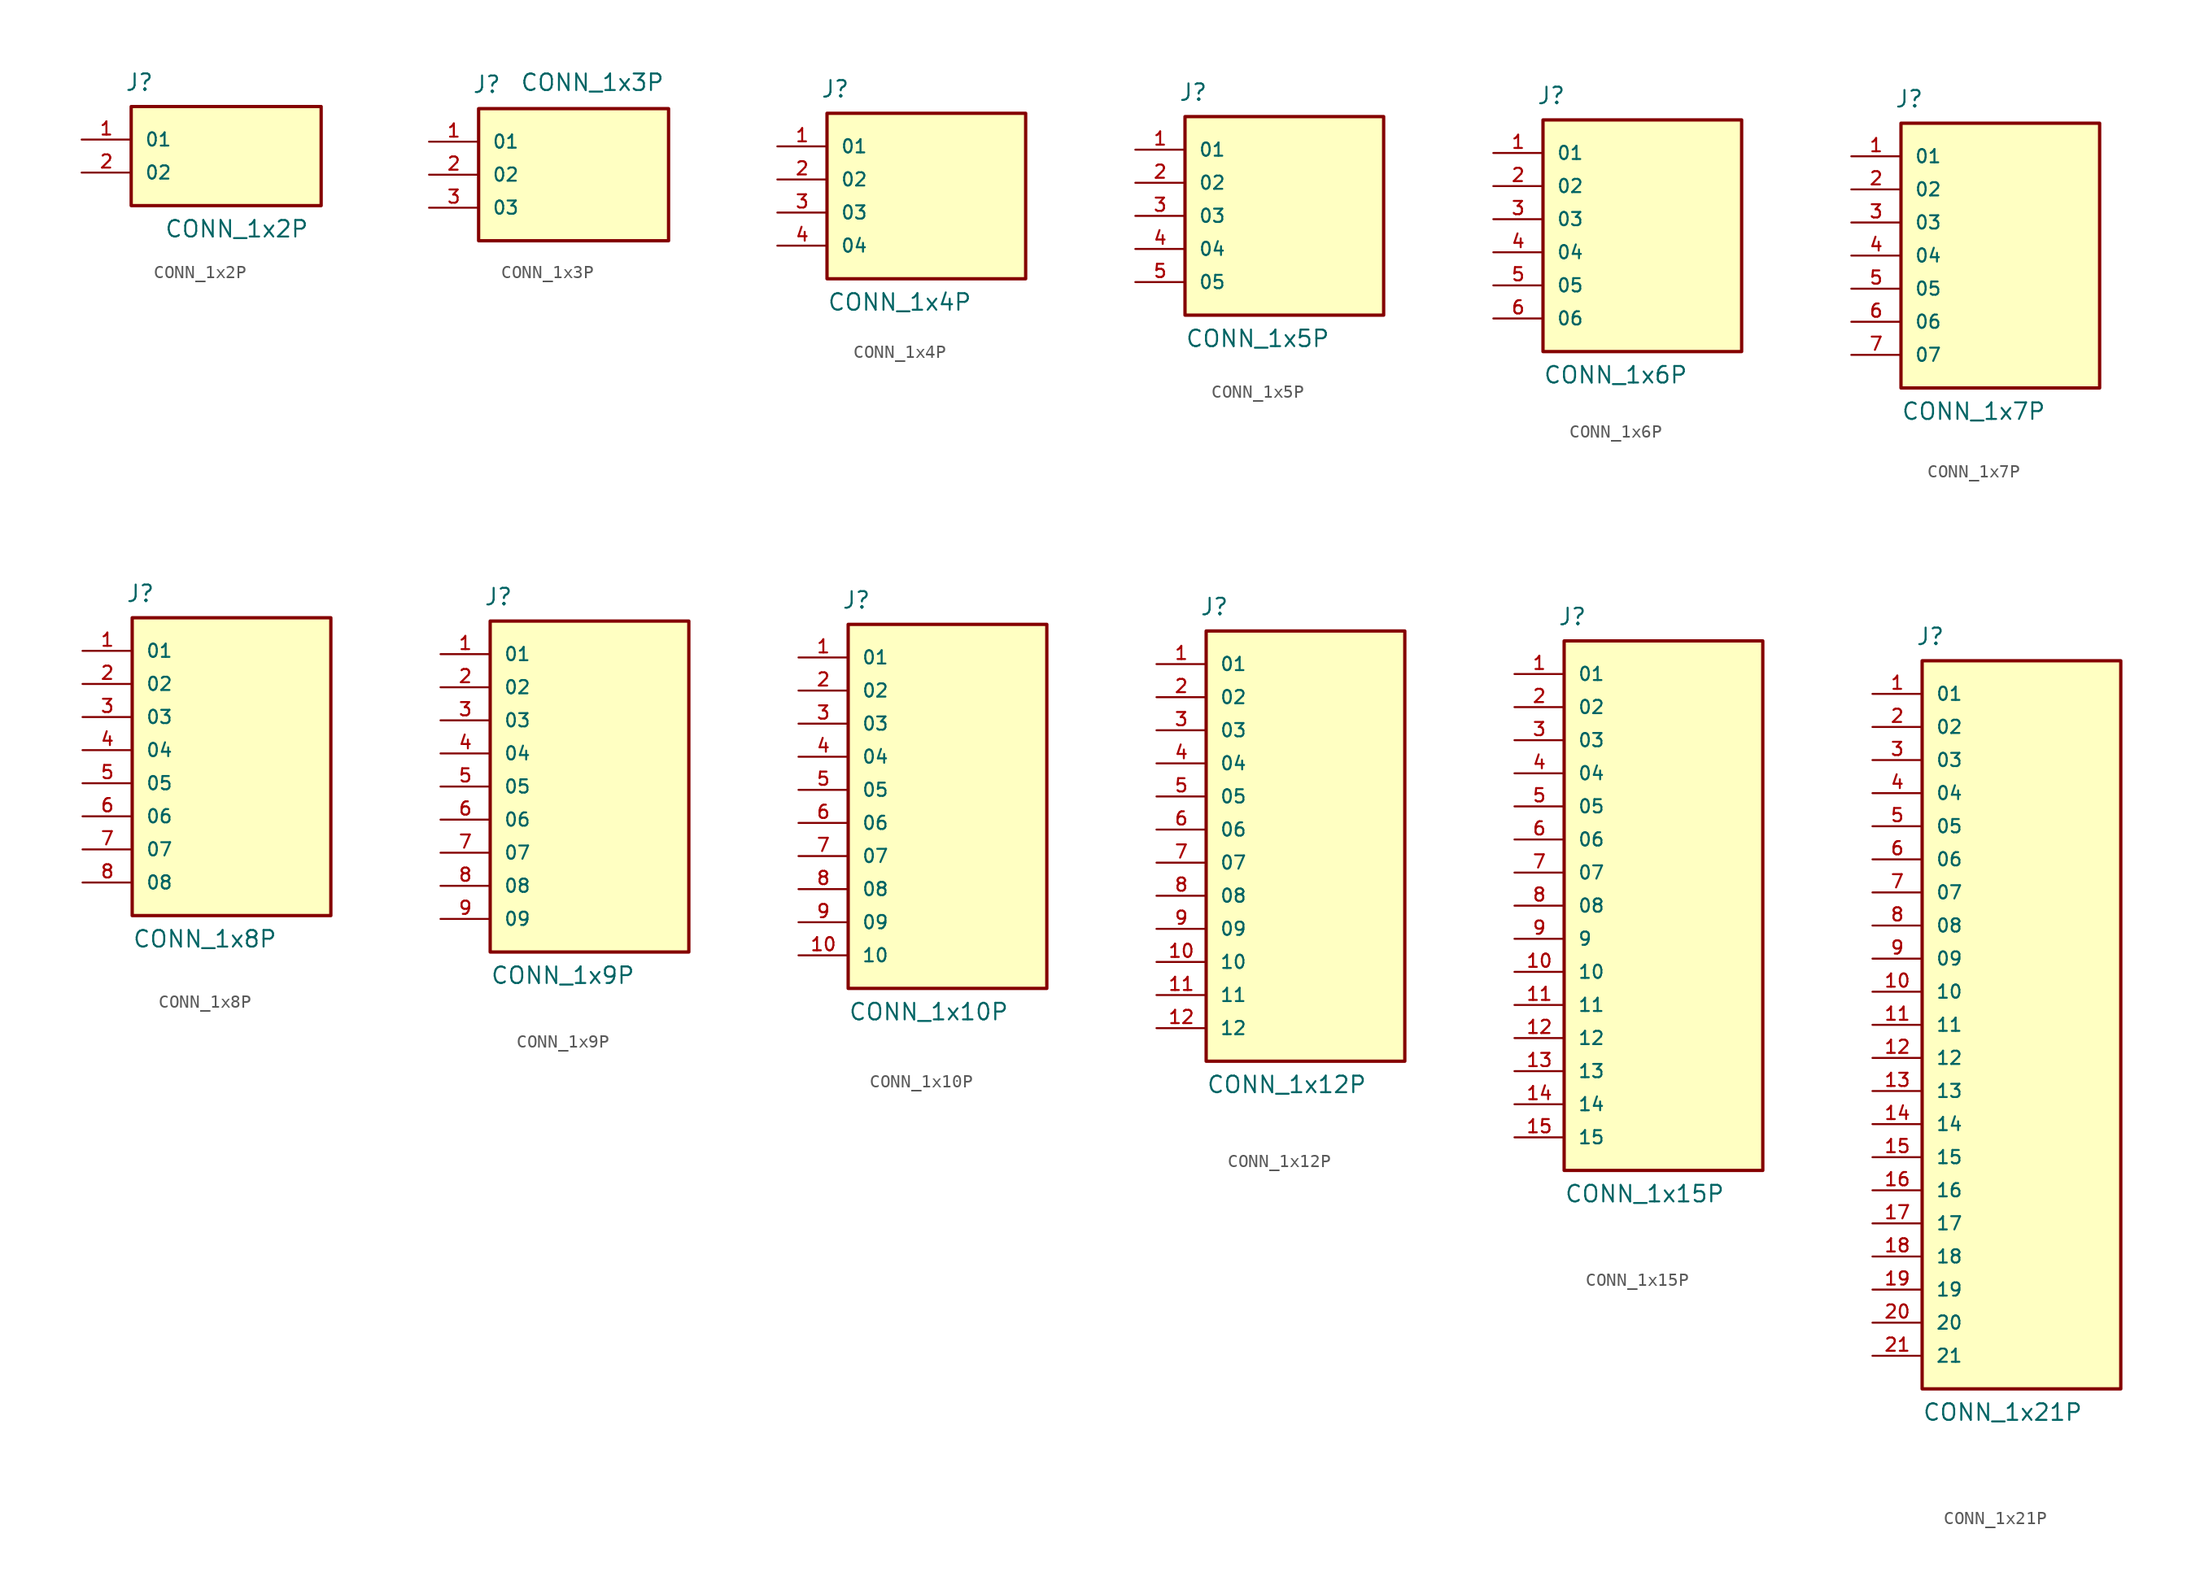
<source format=kicad_sym>
(kicad_symbol_lib
  (version 20211014)
  (generator kicad_symbol_editor)
  (symbol "CONN_1x2P"
    (pin_names
      (offset 1.016))
    (property "Reference" "J"
      (at -8.12 6.196 0)
      (effects (font (size 1.27 1.27)) (justify left bottom)))
    (property "Value" "CONN_1x2P"
      (at -5.08 -5.08 0)
      (effects (font (size 1.27 1.27)) (justify left bottom)))
    (symbol "CONN_1x2P_0_0"
      (rectangle (start -7.62 5.08) (end 6.985 -2.54) (stroke (width 0.254) (type default) (color 0 0 0 0)) (fill (type background)))
      (pin passive line (at -11.43 2.54 0) (length 3.81) (name "01" (effects (font (size 1.016 1.016)))) (number "1" (effects (font (size 1.016 1.016)))))
      (pin passive line (at -11.43 0 0) (length 3.81) (name "02" (effects (font (size 1.016 1.016)))) (number "2" (effects (font (size 1.016 1.016)))))))
  (symbol "CONN_1x3P"
    (pin_names
      (offset 1.016))
    (property "Reference" "J"
      (at -8.12 6.196 0)
      (effects (font (size 1.27 1.27)) (justify left bottom)))
    (property "Value" "CONN_1x3P"
      (at -4.445 6.35 0)
      (effects (font (size 1.27 1.27)) (justify left bottom)))
    (symbol "CONN_1x3P_0_0"
      (rectangle (start -7.62 5.08) (end 6.985 -5.08) (stroke (width 0.254) (type default) (color 0 0 0 0)) (fill (type background)))
      (pin passive line (at -11.43 2.54 0) (length 3.81) (name "01" (effects (font (size 1.016 1.016)))) (number "1" (effects (font (size 1.016 1.016)))))
      (pin passive line (at -11.43 0 0) (length 3.81) (name "02" (effects (font (size 1.016 1.016)))) (number "2" (effects (font (size 1.016 1.016)))))
      (pin passive line (at -11.43 -2.54 0) (length 3.81) (name "03" (effects (font (size 1.016 1.016)))) (number "3" (effects (font (size 1.016 1.016)))))))
  (symbol "CONN_1x4P"
    (pin_names
      (offset 1.016))
    (property "Reference" "J"
      (at -8.12 6.196 0)
      (effects (font (size 1.27 1.27)) (justify left bottom)))
    (property "Value" "CONN_1x4P"
      (at -7.62 -10.16 0)
      (effects (font (size 1.27 1.27)) (justify left bottom)))
    (symbol "CONN_1x4P_0_0"
      (rectangle (start -7.62 -7.62) (end 7.62 5.08) (stroke (width 0.254) (type default) (color 0 0 0 0)) (fill (type background)))
      (pin passive line (at -11.43 2.54 0) (length 3.81) (name "01" (effects (font (size 1.016 1.016)))) (number "1" (effects (font (size 1.016 1.016)))))
      (pin passive line (at -11.43 0 0) (length 3.81) (name "02" (effects (font (size 1.016 1.016)))) (number "2" (effects (font (size 1.016 1.016)))))
      (pin passive line (at -11.43 -2.54 0) (length 3.81) (name "03" (effects (font (size 1.016 1.016)))) (number "3" (effects (font (size 1.016 1.016)))))
      (pin passive line (at -11.43 -5.08 0) (length 3.81) (name "04" (effects (font (size 1.016 1.016)))) (number "4" (effects (font (size 1.016 1.016)))))))
  (symbol "CONN_1x5P"
    (pin_names
      (offset 1.016))
    (property "Reference" "J"
      (at -8.12 8.736 0)
      (effects (font (size 1.27 1.27)) (justify left bottom)))
    (property "Value" "CONN_1x5P"
      (at -7.62 -10.16 0)
      (effects (font (size 1.27 1.27)) (justify left bottom)))
    (symbol "CONN_1x5P_0_0"
      (rectangle (start -7.62 -7.62) (end 7.62 7.62) (stroke (width 0.254) (type default) (color 0 0 0 0)) (fill (type background)))
      (pin passive line (at -11.43 5.08 0) (length 3.81) (name "01" (effects (font (size 1.016 1.016)))) (number "1" (effects (font (size 1.016 1.016)))))
      (pin passive line (at -11.43 2.54 0) (length 3.81) (name "02" (effects (font (size 1.016 1.016)))) (number "2" (effects (font (size 1.016 1.016)))))
      (pin passive line (at -11.43 0 0) (length 3.81) (name "03" (effects (font (size 1.016 1.016)))) (number "3" (effects (font (size 1.016 1.016)))))
      (pin passive line (at -11.43 -2.54 0) (length 3.81) (name "04" (effects (font (size 1.016 1.016)))) (number "4" (effects (font (size 1.016 1.016)))))
      (pin passive line (at -11.43 -5.08 0) (length 3.81) (name "05" (effects (font (size 1.016 1.016)))) (number "5" (effects (font (size 1.016 1.016)))))))
  (symbol "CONN_1x6P"
    (pin_names
      (offset 1.016))
    (property "Reference" "J"
      (at -8.12 8.736 0)
      (effects (font (size 1.27 1.27)) (justify left bottom)))
    (property "Value" "CONN_1x6P"
      (at -7.62 -12.7 0)
      (effects (font (size 1.27 1.27)) (justify left bottom)))
    (symbol "CONN_1x6P_0_0"
      (rectangle (start -7.62 -10.16) (end 7.62 7.62) (stroke (width 0.254) (type default) (color 0 0 0 0)) (fill (type background)))
      (pin passive line (at -11.43 5.08 0) (length 3.81) (name "01" (effects (font (size 1.016 1.016)))) (number "1" (effects (font (size 1.016 1.016)))))
      (pin passive line (at -11.43 2.54 0) (length 3.81) (name "02" (effects (font (size 1.016 1.016)))) (number "2" (effects (font (size 1.016 1.016)))))
      (pin passive line (at -11.43 0 0) (length 3.81) (name "03" (effects (font (size 1.016 1.016)))) (number "3" (effects (font (size 1.016 1.016)))))
      (pin passive line (at -11.43 -2.54 0) (length 3.81) (name "04" (effects (font (size 1.016 1.016)))) (number "4" (effects (font (size 1.016 1.016)))))
      (pin passive line (at -11.43 -5.08 0) (length 3.81) (name "05" (effects (font (size 1.016 1.016)))) (number "5" (effects (font (size 1.016 1.016)))))
      (pin passive line (at -11.43 -7.62 0) (length 3.81) (name "06" (effects (font (size 1.016 1.016)))) (number "6" (effects (font (size 1.016 1.016)))))))
  (symbol "CONN_1x7P"
    (pin_names
      (offset 1.016))
    (property "Reference" "J"
      (at -8.12 11.276 0)
      (effects (font (size 1.27 1.27)) (justify left bottom)))
    (property "Value" "CONN_1x7P"
      (at -7.62 -12.7 0)
      (effects (font (size 1.27 1.27)) (justify left bottom)))
    (symbol "CONN_1x7P_0_0"
      (rectangle (start -7.62 -10.16) (end 7.62 10.16) (stroke (width 0.254) (type default) (color 0 0 0 0)) (fill (type background)))
      (pin passive line (at -11.43 7.62 0) (length 3.81) (name "01" (effects (font (size 1.016 1.016)))) (number "1" (effects (font (size 1.016 1.016)))))
      (pin passive line (at -11.43 5.08 0) (length 3.81) (name "02" (effects (font (size 1.016 1.016)))) (number "2" (effects (font (size 1.016 1.016)))))
      (pin passive line (at -11.43 2.54 0) (length 3.81) (name "03" (effects (font (size 1.016 1.016)))) (number "3" (effects (font (size 1.016 1.016)))))
      (pin passive line (at -11.43 0 0) (length 3.81) (name "04" (effects (font (size 1.016 1.016)))) (number "4" (effects (font (size 1.016 1.016)))))
      (pin passive line (at -11.43 -2.54 0) (length 3.81) (name "05" (effects (font (size 1.016 1.016)))) (number "5" (effects (font (size 1.016 1.016)))))
      (pin passive line (at -11.43 -5.08 0) (length 3.81) (name "06" (effects (font (size 1.016 1.016)))) (number "6" (effects (font (size 1.016 1.016)))))
      (pin passive line (at -11.43 -7.62 0) (length 3.81) (name "07" (effects (font (size 1.016 1.016)))) (number "7" (effects (font (size 1.016 1.016)))))))
  (symbol "CONN_1x8P"
    (pin_names
      (offset 1.016))
    (property "Reference" "J"
      (at -8.12 11.276 0)
      (effects (font (size 1.27 1.27)) (justify left bottom)))
    (property "Value" "CONN_1x8P"
      (at -7.62 -15.24 0)
      (effects (font (size 1.27 1.27)) (justify left bottom)))
    (symbol "CONN_1x8P_0_0"
      (rectangle (start -7.62 -12.7) (end 7.62 10.16) (stroke (width 0.254) (type default) (color 0 0 0 0)) (fill (type background)))
      (pin passive line (at -11.43 7.62 0) (length 3.81) (name "01" (effects (font (size 1.016 1.016)))) (number "1" (effects (font (size 1.016 1.016)))))
      (pin passive line (at -11.43 5.08 0) (length 3.81) (name "02" (effects (font (size 1.016 1.016)))) (number "2" (effects (font (size 1.016 1.016)))))
      (pin passive line (at -11.43 2.54 0) (length 3.81) (name "03" (effects (font (size 1.016 1.016)))) (number "3" (effects (font (size 1.016 1.016)))))
      (pin passive line (at -11.43 0 0) (length 3.81) (name "04" (effects (font (size 1.016 1.016)))) (number "4" (effects (font (size 1.016 1.016)))))
      (pin passive line (at -11.43 -2.54 0) (length 3.81) (name "05" (effects (font (size 1.016 1.016)))) (number "5" (effects (font (size 1.016 1.016)))))
      (pin passive line (at -11.43 -5.08 0) (length 3.81) (name "06" (effects (font (size 1.016 1.016)))) (number "6" (effects (font (size 1.016 1.016)))))
      (pin passive line (at -11.43 -7.62 0) (length 3.81) (name "07" (effects (font (size 1.016 1.016)))) (number "7" (effects (font (size 1.016 1.016)))))
      (pin passive line (at -11.43 -10.16 0) (length 3.81) (name "08" (effects (font (size 1.016 1.016)))) (number "8" (effects (font (size 1.016 1.016)))))))
  (symbol "CONN_1x9P"
    (pin_names
      (offset 1.016))
    (property "Reference" "J"
      (at -8.12 13.816 0)
      (effects (font (size 1.27 1.27)) (justify left bottom)))
    (property "Value" "CONN_1x9P"
      (at -7.62 -15.24 0)
      (effects (font (size 1.27 1.27)) (justify left bottom)))
    (symbol "CONN_1x9P_0_0"
      (rectangle (start -7.62 -12.7) (end 7.62 12.7) (stroke (width 0.254) (type default) (color 0 0 0 0)) (fill (type background)))
      (pin passive line (at -11.43 10.16 0) (length 3.81) (name "01" (effects (font (size 1.016 1.016)))) (number "1" (effects (font (size 1.016 1.016)))))
      (pin passive line (at -11.43 7.62 0) (length 3.81) (name "02" (effects (font (size 1.016 1.016)))) (number "2" (effects (font (size 1.016 1.016)))))
      (pin passive line (at -11.43 5.08 0) (length 3.81) (name "03" (effects (font (size 1.016 1.016)))) (number "3" (effects (font (size 1.016 1.016)))))
      (pin passive line (at -11.43 2.54 0) (length 3.81) (name "04" (effects (font (size 1.016 1.016)))) (number "4" (effects (font (size 1.016 1.016)))))
      (pin passive line (at -11.43 0 0) (length 3.81) (name "05" (effects (font (size 1.016 1.016)))) (number "5" (effects (font (size 1.016 1.016)))))
      (pin passive line (at -11.43 -2.54 0) (length 3.81) (name "06" (effects (font (size 1.016 1.016)))) (number "6" (effects (font (size 1.016 1.016)))))
      (pin passive line (at -11.43 -5.08 0) (length 3.81) (name "07" (effects (font (size 1.016 1.016)))) (number "7" (effects (font (size 1.016 1.016)))))
      (pin passive line (at -11.43 -7.62 0) (length 3.81) (name "08" (effects (font (size 1.016 1.016)))) (number "8" (effects (font (size 1.016 1.016)))))
      (pin passive line (at -11.43 -10.16 0) (length 3.81) (name "09" (effects (font (size 1.016 1.016)))) (number "9" (effects (font (size 1.016 1.016)))))))
  (symbol "CONN_1x10P"
    (pin_names
      (offset 1.016))
    (property "Reference" "J"
      (at -8.12 13.816 0)
      (effects (font (size 1.27 1.27)) (justify left bottom)))
    (property "Value" "CONN_1x10P"
      (at -7.62 -17.78 0)
      (effects (font (size 1.27 1.27)) (justify left bottom)))
    (symbol "CONN_1x10P_0_0"
      (rectangle (start -7.62 -15.24) (end 7.62 12.7) (stroke (width 0.254) (type default) (color 0 0 0 0)) (fill (type background)))
      (pin passive line (at -11.43 10.16 0) (length 3.81) (name "01" (effects (font (size 1.016 1.016)))) (number "1" (effects (font (size 1.016 1.016)))))
      (pin passive line (at -11.43 -12.7 0) (length 3.81) (name "10" (effects (font (size 1.016 1.016)))) (number "10" (effects (font (size 1.016 1.016)))))
      (pin passive line (at -11.43 7.62 0) (length 3.81) (name "02" (effects (font (size 1.016 1.016)))) (number "2" (effects (font (size 1.016 1.016)))))
      (pin passive line (at -11.43 5.08 0) (length 3.81) (name "03" (effects (font (size 1.016 1.016)))) (number "3" (effects (font (size 1.016 1.016)))))
      (pin passive line (at -11.43 2.54 0) (length 3.81) (name "04" (effects (font (size 1.016 1.016)))) (number "4" (effects (font (size 1.016 1.016)))))
      (pin passive line (at -11.43 0 0) (length 3.81) (name "05" (effects (font (size 1.016 1.016)))) (number "5" (effects (font (size 1.016 1.016)))))
      (pin passive line (at -11.43 -2.54 0) (length 3.81) (name "06" (effects (font (size 1.016 1.016)))) (number "6" (effects (font (size 1.016 1.016)))))
      (pin passive line (at -11.43 -5.08 0) (length 3.81) (name "07" (effects (font (size 1.016 1.016)))) (number "7" (effects (font (size 1.016 1.016)))))
      (pin passive line (at -11.43 -7.62 0) (length 3.81) (name "08" (effects (font (size 1.016 1.016)))) (number "8" (effects (font (size 1.016 1.016)))))
      (pin passive line (at -11.43 -10.16 0) (length 3.81) (name "09" (effects (font (size 1.016 1.016)))) (number "9" (effects (font (size 1.016 1.016)))))))
  (symbol "CONN_1x12P"
    (pin_names
      (offset 1.016))
    (property "Reference" "J"
      (at -8.12 16.356 0)
      (effects (font (size 1.27 1.27)) (justify left bottom)))
    (property "Value" "CONN_1x12P"
      (at -7.62 -20.32 0)
      (effects (font (size 1.27 1.27)) (justify left bottom)))
    (symbol "CONN_1x12P_0_0"
      (rectangle (start -7.62 -17.78) (end 7.62 15.24) (stroke (width 0.254) (type default) (color 0 0 0 0)) (fill (type background)))
      (pin passive line (at -11.43 12.7 0) (length 3.81) (name "01" (effects (font (size 1.016 1.016)))) (number "1" (effects (font (size 1.016 1.016)))))
      (pin passive line (at -11.43 -10.16 0) (length 3.81) (name "10" (effects (font (size 1.016 1.016)))) (number "10" (effects (font (size 1.016 1.016)))))
      (pin passive line (at -11.43 -12.7 0) (length 3.81) (name "11" (effects (font (size 1.016 1.016)))) (number "11" (effects (font (size 1.016 1.016)))))
      (pin passive line (at -11.43 -15.24 0) (length 3.81) (name "12" (effects (font (size 1.016 1.016)))) (number "12" (effects (font (size 1.016 1.016)))))
      (pin passive line (at -11.43 10.16 0) (length 3.81) (name "02" (effects (font (size 1.016 1.016)))) (number "2" (effects (font (size 1.016 1.016)))))
      (pin passive line (at -11.43 7.62 0) (length 3.81) (name "03" (effects (font (size 1.016 1.016)))) (number "3" (effects (font (size 1.016 1.016)))))
      (pin passive line (at -11.43 5.08 0) (length 3.81) (name "04" (effects (font (size 1.016 1.016)))) (number "4" (effects (font (size 1.016 1.016)))))
      (pin passive line (at -11.43 2.54 0) (length 3.81) (name "05" (effects (font (size 1.016 1.016)))) (number "5" (effects (font (size 1.016 1.016)))))
      (pin passive line (at -11.43 0 0) (length 3.81) (name "06" (effects (font (size 1.016 1.016)))) (number "6" (effects (font (size 1.016 1.016)))))
      (pin passive line (at -11.43 -2.54 0) (length 3.81) (name "07" (effects (font (size 1.016 1.016)))) (number "7" (effects (font (size 1.016 1.016)))))
      (pin passive line (at -11.43 -5.08 0) (length 3.81) (name "08" (effects (font (size 1.016 1.016)))) (number "8" (effects (font (size 1.016 1.016)))))
      (pin passive line (at -11.43 -7.62 0) (length 3.81) (name "09" (effects (font (size 1.016 1.016)))) (number "9" (effects (font (size 1.016 1.016)))))))
  (symbol "CONN_1x15P"
    (pin_names
      (offset 1.016))
    (property "Reference" "J"
      (at -8.12 21.436 0)
      (effects (font (size 1.27 1.27)) (justify left bottom)))
    (property "Value" "CONN_1x15P"
      (at -7.62 -22.86 0)
      (effects (font (size 1.27 1.27)) (justify left bottom)))
    (symbol "CONN_1x15P_0_0"
      (rectangle (start -7.62 -20.32) (end 7.62 20.32) (stroke (width 0.254) (type default) (color 0 0 0 0)) (fill (type background)))
      (pin passive line (at -11.43 17.78 0) (length 3.81) (name "01" (effects (font (size 1.016 1.016)))) (number "1" (effects (font (size 1.016 1.016)))))
      (pin passive line (at -11.43 -5.08 0) (length 3.81) (name "10" (effects (font (size 1.016 1.016)))) (number "10" (effects (font (size 1.016 1.016)))))
      (pin passive line (at -11.43 -7.62 0) (length 3.81) (name "11" (effects (font (size 1.016 1.016)))) (number "11" (effects (font (size 1.016 1.016)))))
      (pin passive line (at -11.43 -10.16 0) (length 3.81) (name "12" (effects (font (size 1.016 1.016)))) (number "12" (effects (font (size 1.016 1.016)))))
      (pin passive line (at -11.43 -12.7 0) (length 3.81) (name "13" (effects (font (size 1.016 1.016)))) (number "13" (effects (font (size 1.016 1.016)))))
      (pin passive line (at -11.43 -15.24 0) (length 3.81) (name "14" (effects (font (size 1.016 1.016)))) (number "14" (effects (font (size 1.016 1.016)))))
      (pin passive line (at -11.43 -17.78 0) (length 3.81) (name "15" (effects (font (size 1.016 1.016)))) (number "15" (effects (font (size 1.016 1.016)))))
      (pin passive line (at -11.43 15.24 0) (length 3.81) (name "02" (effects (font (size 1.016 1.016)))) (number "2" (effects (font (size 1.016 1.016)))))
      (pin passive line (at -11.43 12.7 0) (length 3.81) (name "03" (effects (font (size 1.016 1.016)))) (number "3" (effects (font (size 1.016 1.016)))))
      (pin passive line (at -11.43 10.16 0) (length 3.81) (name "04" (effects (font (size 1.016 1.016)))) (number "4" (effects (font (size 1.016 1.016)))))
      (pin passive line (at -11.43 7.62 0) (length 3.81) (name "05" (effects (font (size 1.016 1.016)))) (number "5" (effects (font (size 1.016 1.016)))))
      (pin passive line (at -11.43 5.08 0) (length 3.81) (name "06" (effects (font (size 1.016 1.016)))) (number "6" (effects (font (size 1.016 1.016)))))
      (pin passive line (at -11.43 2.54 0) (length 3.81) (name "07" (effects (font (size 1.016 1.016)))) (number "7" (effects (font (size 1.016 1.016)))))
      (pin passive line (at -11.43 0 0) (length 3.81) (name "08" (effects (font (size 1.016 1.016)))) (number "8" (effects (font (size 1.016 1.016)))))
      (pin passive line (at -11.43 -2.54 0) (length 3.81) (name "9" (effects (font (size 1.016 1.016)))) (number "9" (effects (font (size 1.016 1.016)))))))
  (symbol "CONN_1x21P"
    (pin_names
      (offset 1.016))
    (property "Reference" "J"
      (at -8.12 29.056 0)
      (effects (font (size 1.27 1.27)) (justify left bottom)))
    (property "Value" "CONN_1x21P"
      (at -7.62 -30.48 0)
      (effects (font (size 1.27 1.27)) (justify left bottom)))
    (symbol "CONN_1x21P_0_0"
      (rectangle (start -7.62 -27.94) (end 7.62 27.94) (stroke (width 0.254) (type default) (color 0 0 0 0)) (fill (type background)))
      (pin passive line (at -11.43 25.4 0) (length 3.81) (name "01" (effects (font (size 1.016 1.016)))) (number "1" (effects (font (size 1.016 1.016)))))
      (pin passive line (at -11.43 2.54 0) (length 3.81) (name "10" (effects (font (size 1.016 1.016)))) (number "10" (effects (font (size 1.016 1.016)))))
      (pin passive line (at -11.43 0 0) (length 3.81) (name "11" (effects (font (size 1.016 1.016)))) (number "11" (effects (font (size 1.016 1.016)))))
      (pin passive line (at -11.43 -2.54 0) (length 3.81) (name "12" (effects (font (size 1.016 1.016)))) (number "12" (effects (font (size 1.016 1.016)))))
      (pin passive line (at -11.43 -5.08 0) (length 3.81) (name "13" (effects (font (size 1.016 1.016)))) (number "13" (effects (font (size 1.016 1.016)))))
      (pin passive line (at -11.43 -7.62 0) (length 3.81) (name "14" (effects (font (size 1.016 1.016)))) (number "14" (effects (font (size 1.016 1.016)))))
      (pin passive line (at -11.43 -10.16 0) (length 3.81) (name "15" (effects (font (size 1.016 1.016)))) (number "15" (effects (font (size 1.016 1.016)))))
      (pin passive line (at -11.43 -12.7 0) (length 3.81) (name "16" (effects (font (size 1.016 1.016)))) (number "16" (effects (font (size 1.016 1.016)))))
      (pin passive line (at -11.43 -15.24 0) (length 3.81) (name "17" (effects (font (size 1.016 1.016)))) (number "17" (effects (font (size 1.016 1.016)))))
      (pin passive line (at -11.43 -17.78 0) (length 3.81) (name "18" (effects (font (size 1.016 1.016)))) (number "18" (effects (font (size 1.016 1.016)))))
      (pin passive line (at -11.43 -20.32 0) (length 3.81) (name "19" (effects (font (size 1.016 1.016)))) (number "19" (effects (font (size 1.016 1.016)))))
      (pin passive line (at -11.43 22.86 0) (length 3.81) (name "02" (effects (font (size 1.016 1.016)))) (number "2" (effects (font (size 1.016 1.016)))))
      (pin passive line (at -11.43 -22.86 0) (length 3.81) (name "20" (effects (font (size 1.016 1.016)))) (number "20" (effects (font (size 1.016 1.016)))))
      (pin passive line (at -11.43 -25.4 0) (length 3.81) (name "21" (effects (font (size 1.016 1.016)))) (number "21" (effects (font (size 1.016 1.016)))))
      (pin passive line (at -11.43 20.32 0) (length 3.81) (name "03" (effects (font (size 1.016 1.016)))) (number "3" (effects (font (size 1.016 1.016)))))
      (pin passive line (at -11.43 17.78 0) (length 3.81) (name "04" (effects (font (size 1.016 1.016)))) (number "4" (effects (font (size 1.016 1.016)))))
      (pin passive line (at -11.43 15.24 0) (length 3.81) (name "05" (effects (font (size 1.016 1.016)))) (number "5" (effects (font (size 1.016 1.016)))))
      (pin passive line (at -11.43 12.7 0) (length 3.81) (name "06" (effects (font (size 1.016 1.016)))) (number "6" (effects (font (size 1.016 1.016)))))
      (pin passive line (at -11.43 10.16 0) (length 3.81) (name "07" (effects (font (size 1.016 1.016)))) (number "7" (effects (font (size 1.016 1.016)))))
      (pin passive line (at -11.43 7.62 0) (length 3.81) (name "08" (effects (font (size 1.016 1.016)))) (number "8" (effects (font (size 1.016 1.016)))))
      (pin passive line (at -11.43 5.08 0) (length 3.81) (name "09" (effects (font (size 1.016 1.016)))) (number "9" (effects (font (size 1.016 1.016))))))))
</source>
